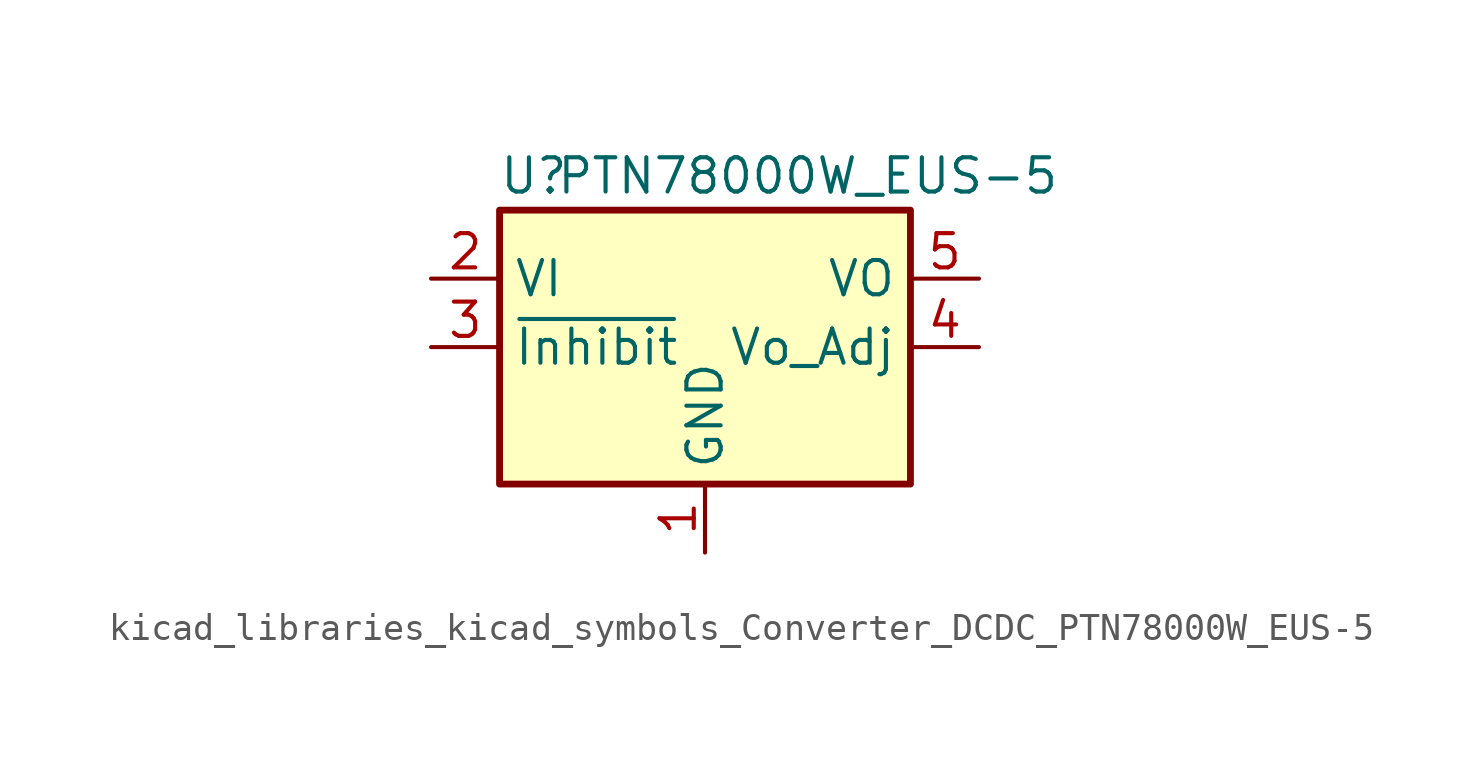
<source format=kicad_sym>
(kicad_symbol_lib
  (version 20220914)
  (generator kicad_symbol_editor)
  (symbol "kicad_libraries_kicad_symbols_Converter_DCDC_PTN78000W_EUS-5"
    (property "Reference" "U"
      (at -6.35 6.35 0)
      (effects (font (size 1.27 1.27))))
    (property "Value" "PTN78000W_EUS-5"
      (at 3.81 6.35 0)
      (effects (font (size 1.27 1.27))))
    (symbol "kicad_libraries_kicad_symbols_Converter_DCDC_PTN78000W_EUS-5_0_1"
      (rectangle (start -7.62 5.08) (end 7.62 -5.08) (stroke (width 0.254) (type default)) (fill (type background))))
    (symbol "kicad_libraries_kicad_symbols_Converter_DCDC_PTN78000W_EUS-5_1_1"
      (pin power_in line (at 0 -7.62 90) (length 2.54) (name "GND" (effects (font (size 1.27 1.27)))) (number "1" (effects (font (size 1.27 1.27)))))
      (pin power_in line (at -10.16 2.54 0) (length 2.54) (name "VI" (effects (font (size 1.27 1.27)))) (number "2" (effects (font (size 1.27 1.27)))))
      (pin input line (at -10.16 0 0) (length 2.54) (name "~{Inhibit}" (effects (font (size 1.27 1.27)))) (number "3" (effects (font (size 1.27 1.27)))))
      (pin output line (at 10.16 0 180) (length 2.54) (name "Vo_Adj" (effects (font (size 1.27 1.27)))) (number "4" (effects (font (size 1.27 1.27)))))
      (pin power_out line (at 10.16 2.54 180) (length 2.54) (name "VO" (effects (font (size 1.27 1.27)))) (number "5" (effects (font (size 1.27 1.27))))))))
</source>
